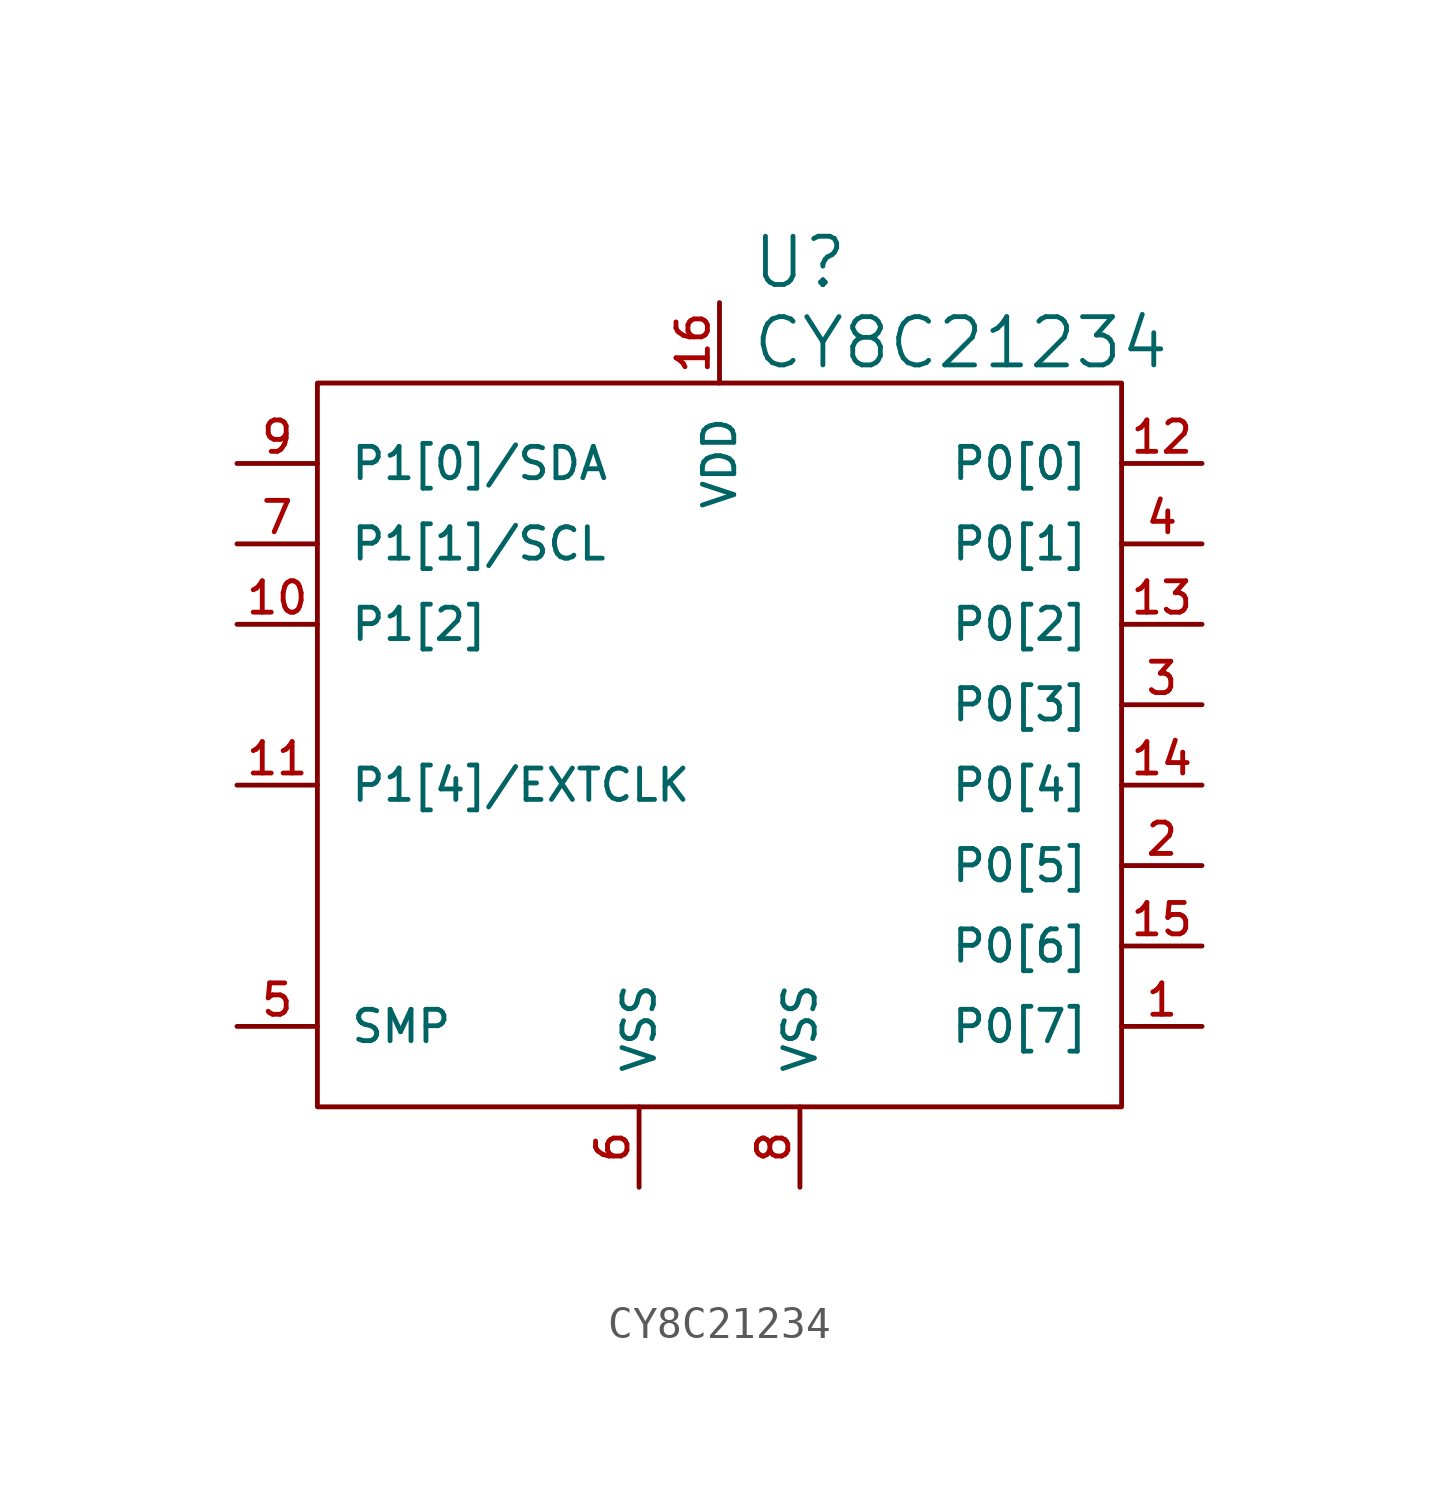
<source format=kicad_sym>
(kicad_symbol_lib
  (version 20220914)
  (generator kicad_symbol_editor)
  (symbol "CY8C21234"
    (pin_names
      (offset 1.016))
    (property "Reference" "U"
      (at 2.54 15.24 0)
      (effects (font (size 1.524 1.524))))
    (property "Value" "CY8C21234"
      (at 7.62 12.7 0)
      (effects (font (size 1.524 1.524))))
    (property "Footprint" ""
      (at 0 0 0)
      (effects (font (size 1.524 1.524))))
    (property "Datasheet" ""
      (at 0 0 0)
      (effects (font (size 1.524 1.524))))
    (symbol "CY8C21234_0_1"
      (rectangle (start -12.7 11.43) (end 12.7 -11.43) (stroke (width 0) (type solid)) (fill (type none))))
    (symbol "CY8C21234_1_1"
      (pin bidirectional line (at 15.24 -8.89 180) (length 2.54) (name "P0[7]" (effects (font (size 0.991 0.991)))) (number "1" (effects (font (size 0.991 0.991)))))
      (pin bidirectional line (at -15.24 3.81 0) (length 2.54) (name "P1[2]" (effects (font (size 0.991 0.991)))) (number "10" (effects (font (size 0.991 0.991)))))
      (pin bidirectional line (at -15.24 -1.27 0) (length 2.54) (name "P1[4]/EXTCLK" (effects (font (size 0.991 0.991)))) (number "11" (effects (font (size 0.991 0.991)))))
      (pin bidirectional line (at 15.24 8.89 180) (length 2.54) (name "P0[0]" (effects (font (size 0.991 0.991)))) (number "12" (effects (font (size 0.991 0.991)))))
      (pin bidirectional line (at 15.24 3.81 180) (length 2.54) (name "P0[2]" (effects (font (size 0.991 0.991)))) (number "13" (effects (font (size 0.991 0.991)))))
      (pin bidirectional line (at 15.24 -1.27 180) (length 2.54) (name "P0[4]" (effects (font (size 0.991 0.991)))) (number "14" (effects (font (size 0.991 0.991)))))
      (pin bidirectional line (at 15.24 -6.35 180) (length 2.54) (name "P0[6]" (effects (font (size 0.991 0.991)))) (number "15" (effects (font (size 0.991 0.991)))))
      (pin passive line (at 0 13.97 270) (length 2.54) (name "VDD" (effects (font (size 0.991 0.991)))) (number "16" (effects (font (size 0.991 0.991)))))
      (pin bidirectional line (at 15.24 -3.81 180) (length 2.54) (name "P0[5]" (effects (font (size 0.991 0.991)))) (number "2" (effects (font (size 0.991 0.991)))))
      (pin bidirectional line (at 15.24 1.27 180) (length 2.54) (name "P0[3]" (effects (font (size 0.991 0.991)))) (number "3" (effects (font (size 0.991 0.991)))))
      (pin bidirectional line (at 15.24 6.35 180) (length 2.54) (name "P0[1]" (effects (font (size 0.991 0.991)))) (number "4" (effects (font (size 0.991 0.991)))))
      (pin output line (at -15.24 -8.89 0) (length 2.54) (name "SMP" (effects (font (size 0.991 0.991)))) (number "5" (effects (font (size 0.991 0.991)))))
      (pin input line (at -2.54 -13.97 90) (length 2.54) (name "VSS" (effects (font (size 0.991 0.991)))) (number "6" (effects (font (size 0.991 0.991)))))
      (pin bidirectional line (at -15.24 6.35 0) (length 2.54) (name "P1[1]/SCL" (effects (font (size 0.991 0.991)))) (number "7" (effects (font (size 0.991 0.991)))))
      (pin passive line (at 2.54 -13.97 90) (length 2.54) (name "VSS" (effects (font (size 0.991 0.991)))) (number "8" (effects (font (size 0.991 0.991)))))
      (pin bidirectional line (at -15.24 8.89 0) (length 2.54) (name "P1[0]/SDA" (effects (font (size 0.991 0.991)))) (number "9" (effects (font (size 0.991 0.991))))))))
</source>
